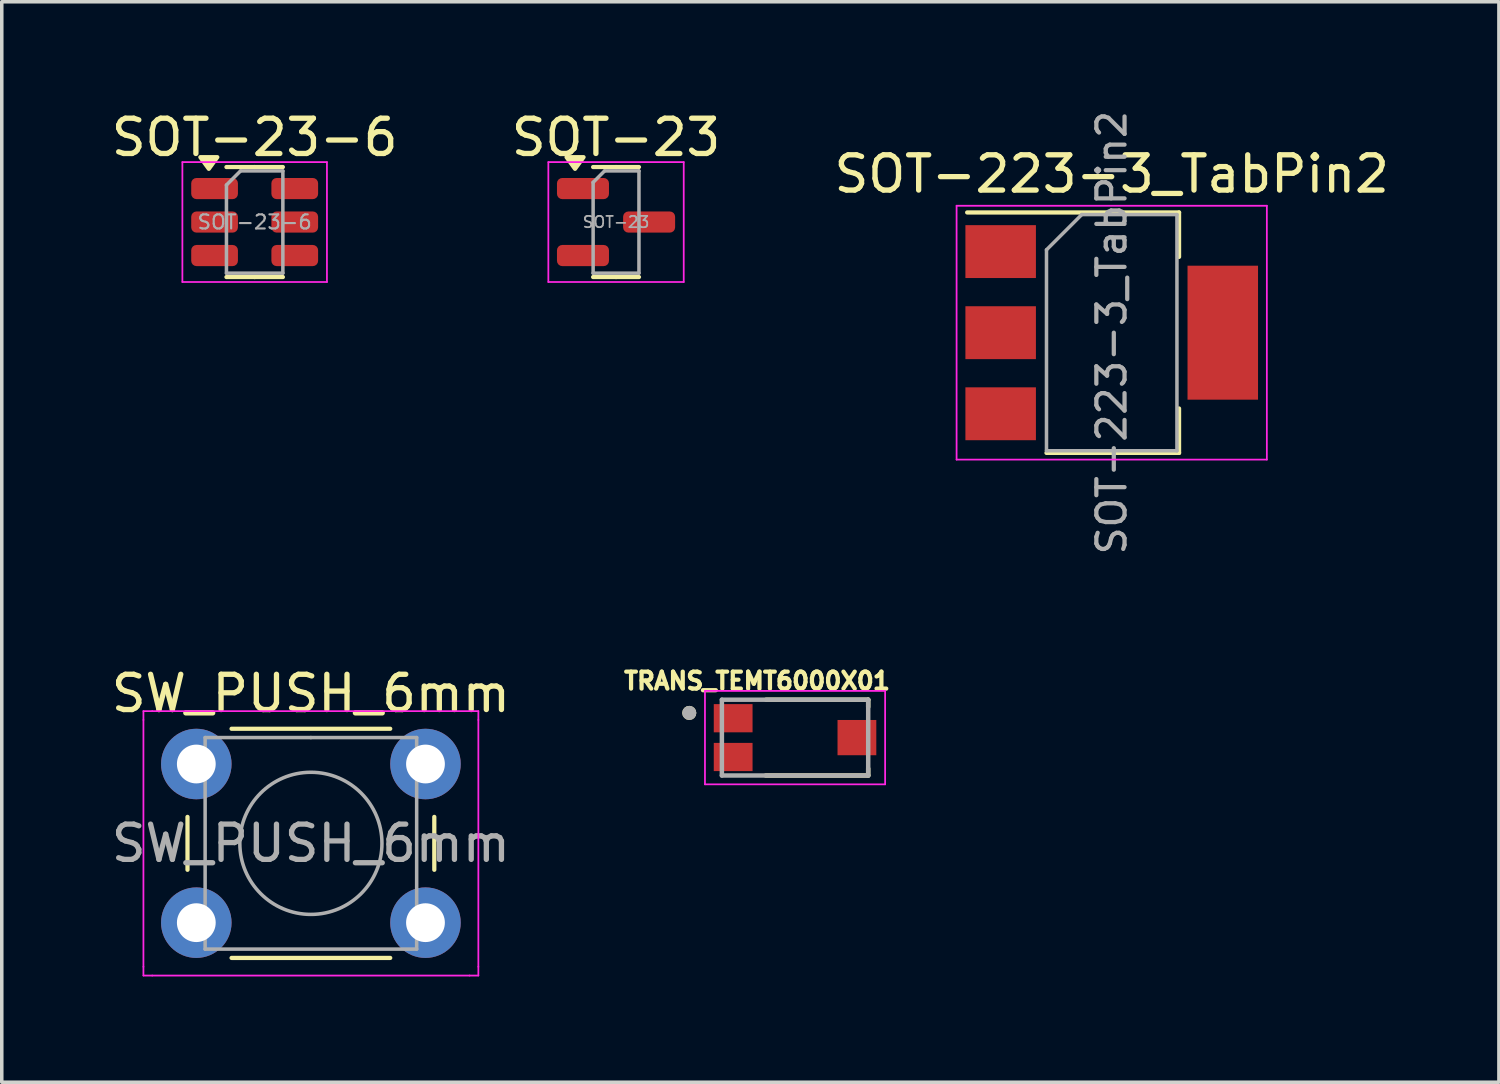
<source format=kicad_pcb>
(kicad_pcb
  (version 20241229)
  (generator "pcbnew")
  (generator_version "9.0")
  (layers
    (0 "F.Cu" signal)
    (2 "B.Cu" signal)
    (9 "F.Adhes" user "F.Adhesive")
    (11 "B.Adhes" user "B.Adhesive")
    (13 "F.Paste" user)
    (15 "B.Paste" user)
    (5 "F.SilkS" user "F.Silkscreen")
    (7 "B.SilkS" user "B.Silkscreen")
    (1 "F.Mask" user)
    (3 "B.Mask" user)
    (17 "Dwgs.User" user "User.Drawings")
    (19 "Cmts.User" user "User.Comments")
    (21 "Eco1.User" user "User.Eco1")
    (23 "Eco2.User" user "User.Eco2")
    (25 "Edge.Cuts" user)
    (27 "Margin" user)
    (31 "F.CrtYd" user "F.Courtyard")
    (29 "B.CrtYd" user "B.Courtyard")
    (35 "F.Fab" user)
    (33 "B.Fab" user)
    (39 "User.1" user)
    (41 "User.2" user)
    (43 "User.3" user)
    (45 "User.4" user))
  (footprint "SOT-23-6"
    (layer "F.Cu")
    (at 4.173 3.248)
    (property "Reference" "SOT-23-6" (at 0 -2.4 0) (layer "F.SilkS") (effects (font (size 1 1) (thickness 0.15))))
    (attr smd)
    (fp_line (start 0 -1.56) (end -0.8 -1.56) (stroke (width 0.12) (type solid)) (layer "F.SilkS"))
    (fp_line (start 0 -1.56) (end 0.8 -1.56) (stroke (width 0.12) (type solid)) (layer "F.SilkS"))
    (fp_line (start 0 1.56) (end -0.8 1.56) (stroke (width 0.12) (type solid)) (layer "F.SilkS"))
    (fp_line (start 0 1.56) (end 0.8 1.56) (stroke (width 0.12) (type solid)) (layer "F.SilkS"))
    (fp_poly (pts (xy -1.3 -1.51) (xy -1.54 -1.84) (xy -1.06 -1.84) (xy -1.3 -1.51)) (stroke (width 0.12) (type solid)) (fill yes) (layer "F.SilkS"))
    (fp_line (start -2.05 -1.7) (end -2.05 1.7) (stroke (width 0.05) (type solid)) (layer "F.CrtYd"))
    (fp_line (start -2.05 1.7) (end 2.05 1.7) (stroke (width 0.05) (type solid)) (layer "F.CrtYd"))
    (fp_line (start 2.05 -1.7) (end -2.05 -1.7) (stroke (width 0.05) (type solid)) (layer "F.CrtYd"))
    (fp_line (start 2.05 1.7) (end 2.05 -1.7) (stroke (width 0.05) (type solid)) (layer "F.CrtYd"))
    (fp_line (start -0.8 -1.05) (end -0.4 -1.45) (stroke (width 0.1) (type solid)) (layer "F.Fab"))
    (fp_line (start -0.8 1.45) (end -0.8 -1.05) (stroke (width 0.1) (type solid)) (layer "F.Fab"))
    (fp_line (start -0.4 -1.45) (end 0.8 -1.45) (stroke (width 0.1) (type solid)) (layer "F.Fab"))
    (fp_line (start 0.8 -1.45) (end 0.8 1.45) (stroke (width 0.1) (type solid)) (layer "F.Fab"))
    (fp_line (start 0.8 1.45) (end -0.8 1.45) (stroke (width 0.1) (type solid)) (layer "F.Fab"))
    (fp_text user "${REFERENCE}" (at 0 0 0) (layer "F.Fab") (effects (font (size 0.4 0.4) (thickness 0.06))))
    (pad "1" smd roundrect (at -1.137 -0.95) (size 1.325 0.6) (layers "F.Cu" "F.Mask" "F.Paste") (roundrect_rratio 0.25))
    (pad "2" smd roundrect (at -1.137 0) (size 1.325 0.6) (layers "F.Cu" "F.Mask" "F.Paste") (roundrect_rratio 0.25))
    (pad "3" smd roundrect (at -1.137 0.95) (size 1.325 0.6) (layers "F.Cu" "F.Mask" "F.Paste") (roundrect_rratio 0.25))
    (pad "4" smd roundrect (at 1.137 0.95) (size 1.325 0.6) (layers "F.Cu" "F.Mask" "F.Paste") (roundrect_rratio 0.25))
    (pad "5" smd roundrect (at 1.137 0) (size 1.325 0.6) (layers "F.Cu" "F.Mask" "F.Paste") (roundrect_rratio 0.25))
    (pad "6" smd roundrect (at 1.137 -0.95) (size 1.325 0.6) (layers "F.Cu" "F.Mask" "F.Paste") (roundrect_rratio 0.25)))
  (footprint "SOT-223-3_TabPin2"
    (layer "F.Cu")
    (at 28.482 6.386)
    (property "Reference" "SOT-223-3_TabPin2" (at 0 -4.5 0) (layer "F.SilkS") (effects (font (size 1 1) (thickness 0.15))))
    (attr smd)
    (fp_line (start -4.1 -3.41) (end 1.91 -3.41) (stroke (width 0.12) (type solid)) (layer "F.SilkS"))
    (fp_line (start -1.85 3.41) (end 1.91 3.41) (stroke (width 0.12) (type solid)) (layer "F.SilkS"))
    (fp_line (start 1.91 -3.41) (end 1.91 -2.15) (stroke (width 0.12) (type solid)) (layer "F.SilkS"))
    (fp_line (start 1.91 3.41) (end 1.91 2.15) (stroke (width 0.12) (type solid)) (layer "F.SilkS"))
    (fp_line (start -4.4 -3.6) (end -4.4 3.6) (stroke (width 0.05) (type solid)) (layer "F.CrtYd"))
    (fp_line (start -4.4 3.6) (end 4.4 3.6) (stroke (width 0.05) (type solid)) (layer "F.CrtYd"))
    (fp_line (start 4.4 -3.6) (end -4.4 -3.6) (stroke (width 0.05) (type solid)) (layer "F.CrtYd"))
    (fp_line (start 4.4 3.6) (end 4.4 -3.6) (stroke (width 0.05) (type solid)) (layer "F.CrtYd"))
    (fp_line (start -1.85 -2.35) (end -1.85 3.35) (stroke (width 0.1) (type solid)) (layer "F.Fab"))
    (fp_line (start -1.85 -2.35) (end -0.85 -3.35) (stroke (width 0.1) (type solid)) (layer "F.Fab"))
    (fp_line (start -1.85 3.35) (end 1.85 3.35) (stroke (width 0.1) (type solid)) (layer "F.Fab"))
    (fp_line (start -0.85 -3.35) (end 1.85 -3.35) (stroke (width 0.1) (type solid)) (layer "F.Fab"))
    (fp_line (start 1.85 -3.35) (end 1.85 3.35) (stroke (width 0.1) (type solid)) (layer "F.Fab"))
    (fp_text user "${REFERENCE}" (at 0 0 90) (layer "F.Fab") (effects (font (size 0.8 0.8) (thickness 0.12))))
    (pad "1" smd rect (at -3.15 -2.3) (size 2 1.5) (layers "F.Cu" "F.Mask" "F.Paste"))
    (pad "2" smd rect (at -3.15 0) (size 2 1.5) (layers "F.Cu" "F.Mask" "F.Paste"))
    (pad "2" smd rect (at 3.15 0) (size 2 3.8) (layers "F.Cu" "F.Mask" "F.Paste"))
    (pad "3" smd rect (at -3.15 2.3) (size 2 1.5) (layers "F.Cu" "F.Mask" "F.Paste")))
  (footprint "SOT-23"
    (layer "F.Cu")
    (at 14.423 3.248)
    (property "Reference" "SOT-23" (at 0 -2.4 0) (layer "F.SilkS") (effects (font (size 1 1) (thickness 0.15))))
    (attr smd)
    (fp_line (start 0 -1.56) (end -0.65 -1.56) (stroke (width 0.12) (type solid)) (layer "F.SilkS"))
    (fp_line (start 0 -1.56) (end 0.65 -1.56) (stroke (width 0.12) (type solid)) (layer "F.SilkS"))
    (fp_line (start 0 1.56) (end -0.65 1.56) (stroke (width 0.12) (type solid)) (layer "F.SilkS"))
    (fp_line (start 0 1.56) (end 0.65 1.56) (stroke (width 0.12) (type solid)) (layer "F.SilkS"))
    (fp_poly (pts (xy -1.163 -1.51) (xy -1.403 -1.84) (xy -0.922 -1.84) (xy -1.163 -1.51)) (stroke (width 0.12) (type solid)) (fill yes) (layer "F.SilkS"))
    (fp_line (start -1.92 -1.7) (end -1.92 1.7) (stroke (width 0.05) (type solid)) (layer "F.CrtYd"))
    (fp_line (start -1.92 1.7) (end 1.92 1.7) (stroke (width 0.05) (type solid)) (layer "F.CrtYd"))
    (fp_line (start 1.92 -1.7) (end -1.92 -1.7) (stroke (width 0.05) (type solid)) (layer "F.CrtYd"))
    (fp_line (start 1.92 1.7) (end 1.92 -1.7) (stroke (width 0.05) (type solid)) (layer "F.CrtYd"))
    (fp_line (start -0.65 -1.125) (end -0.325 -1.45) (stroke (width 0.1) (type solid)) (layer "F.Fab"))
    (fp_line (start -0.65 1.45) (end -0.65 -1.125) (stroke (width 0.1) (type solid)) (layer "F.Fab"))
    (fp_line (start -0.325 -1.45) (end 0.65 -1.45) (stroke (width 0.1) (type solid)) (layer "F.Fab"))
    (fp_line (start 0.65 -1.45) (end 0.65 1.45) (stroke (width 0.1) (type solid)) (layer "F.Fab"))
    (fp_line (start 0.65 1.45) (end -0.65 1.45) (stroke (width 0.1) (type solid)) (layer "F.Fab"))
    (fp_text user "${REFERENCE}" (at 0 0 0) (layer "F.Fab") (effects (font (size 0.32 0.32) (thickness 0.05))))
    (pad "1" smd roundrect (at -0.938 -0.95) (size 1.475 0.6) (layers "F.Cu" "F.Mask" "F.Paste") (roundrect_rratio 0.25))
    (pad "2" smd roundrect (at -0.938 0.95) (size 1.475 0.6) (layers "F.Cu" "F.Mask" "F.Paste") (roundrect_rratio 0.25))
    (pad "3" smd roundrect (at 0.938 0) (size 1.475 0.6) (layers "F.Cu" "F.Mask" "F.Paste") (roundrect_rratio 0.25)))
  (footprint "SW_PUSH_6mm"
    (layer "F.Cu")
    (at 2.518 18.62)
    (property "Reference" "SW_PUSH_6mm" (at 3.25 -2 0) (layer "F.SilkS") (effects (font (size 1 1) (thickness 0.15))))
    (attr through_hole)
    (fp_line (start -0.25 1.5) (end -0.25 3) (stroke (width 0.12) (type solid)) (layer "F.SilkS"))
    (fp_line (start 1 5.5) (end 5.5 5.5) (stroke (width 0.12) (type solid)) (layer "F.SilkS"))
    (fp_line (start 5.5 -1) (end 1 -1) (stroke (width 0.12) (type solid)) (layer "F.SilkS"))
    (fp_line (start 6.75 3) (end 6.75 1.5) (stroke (width 0.12) (type solid)) (layer "F.SilkS"))
    (fp_line (start -1.5 -1.5) (end -1.25 -1.5) (stroke (width 0.05) (type solid)) (layer "F.CrtYd"))
    (fp_line (start -1.5 -1.25) (end -1.5 -1.5) (stroke (width 0.05) (type solid)) (layer "F.CrtYd"))
    (fp_line (start -1.5 5.75) (end -1.5 -1.25) (stroke (width 0.05) (type solid)) (layer "F.CrtYd"))
    (fp_line (start -1.5 5.75) (end -1.5 6) (stroke (width 0.05) (type solid)) (layer "F.CrtYd"))
    (fp_line (start -1.5 6) (end -1.25 6) (stroke (width 0.05) (type solid)) (layer "F.CrtYd"))
    (fp_line (start -1.25 -1.5) (end 7.75 -1.5) (stroke (width 0.05) (type solid)) (layer "F.CrtYd"))
    (fp_line (start 7.75 -1.5) (end 8 -1.5) (stroke (width 0.05) (type solid)) (layer "F.CrtYd"))
    (fp_line (start 7.75 6) (end -1.25 6) (stroke (width 0.05) (type solid)) (layer "F.CrtYd"))
    (fp_line (start 7.75 6) (end 8 6) (stroke (width 0.05) (type solid)) (layer "F.CrtYd"))
    (fp_line (start 8 -1.5) (end 8 -1.25) (stroke (width 0.05) (type solid)) (layer "F.CrtYd"))
    (fp_line (start 8 -1.25) (end 8 5.75) (stroke (width 0.05) (type solid)) (layer "F.CrtYd"))
    (fp_line (start 8 6) (end 8 5.75) (stroke (width 0.05) (type solid)) (layer "F.CrtYd"))
    (fp_line (start 0.25 -0.75) (end 3.25 -0.75) (stroke (width 0.1) (type solid)) (layer "F.Fab"))
    (fp_line (start 0.25 5.25) (end 0.25 -0.75) (stroke (width 0.1) (type solid)) (layer "F.Fab"))
    (fp_line (start 3.25 -0.75) (end 6.25 -0.75) (stroke (width 0.1) (type solid)) (layer "F.Fab"))
    (fp_line (start 6.25 -0.75) (end 6.25 5.25) (stroke (width 0.1) (type solid)) (layer "F.Fab"))
    (fp_line (start 6.25 5.25) (end 0.25 5.25) (stroke (width 0.1) (type solid)) (layer "F.Fab"))
    (fp_circle (center 3.25 2.25) (end 1.25 2.5) (stroke (width 0.1) (type solid)) (fill no) (layer "F.Fab"))
    (fp_text user "${REFERENCE}" (at 3.25 2.25 0) (layer "F.Fab") (effects (font (size 1 1) (thickness 0.15))))
    (pad "1" thru_hole circle (at 0 0 90) (size 2 2) (drill 1.1) (layers "*.Cu" "*.Mask"))
    (pad "1" thru_hole circle (at 6.5 0 90) (size 2 2) (drill 1.1) (layers "*.Cu" "*.Mask"))
    (pad "2" thru_hole circle (at 0 4.5 90) (size 2 2) (drill 1.1) (layers "*.Cu" "*.Mask"))
    (pad "2" thru_hole circle (at 6.5 4.5 90) (size 2 2) (drill 1.1) (layers "*.Cu" "*.Mask")))
  (footprint "TRANS_TEMT6000X01"
    (layer "F.Cu")
    (at 19.5 17.871)
    (property "Reference" "TRANS_TEMT6000X01" (at -1.078 -1.607 0) (layer "F.SilkS") (effects (font (size 0.481 0.481) (thickness 0.15))))
    (attr smd)
    (fp_line (start -0.82 -1.075) (end 2.075 -1.075) (stroke (width 0.127) (type solid)) (layer "F.SilkS"))
    (fp_line (start 2.075 -1.075) (end 2.075 -0.87) (stroke (width 0.127) (type solid)) (layer "F.SilkS"))
    (fp_line (start 2.075 0.88) (end 2.075 1.075) (stroke (width 0.127) (type solid)) (layer "F.SilkS"))
    (fp_line (start 2.075 1.075) (end -0.83 1.075) (stroke (width 0.127) (type solid)) (layer "F.SilkS"))
    (fp_circle (center -3 -0.7) (end -2.9 -0.7) (stroke (width 0.2) (type solid)) (fill no) (layer "F.SilkS"))
    (fp_line (start -2.555 -1.325) (end 2.555 -1.325) (stroke (width 0.05) (type solid)) (layer "F.CrtYd"))
    (fp_line (start -2.555 1.325) (end -2.555 -1.325) (stroke (width 0.05) (type solid)) (layer "F.CrtYd"))
    (fp_line (start 2.555 -1.325) (end 2.555 1.325) (stroke (width 0.05) (type solid)) (layer "F.CrtYd"))
    (fp_line (start 2.555 1.325) (end -2.555 1.325) (stroke (width 0.05) (type solid)) (layer "F.CrtYd"))
    (fp_line (start -2.075 -1.075) (end 2.075 -1.075) (stroke (width 0.127) (type solid)) (layer "F.Fab"))
    (fp_line (start -2.075 1.075) (end -2.075 -1.075) (stroke (width 0.127) (type solid)) (layer "F.Fab"))
    (fp_line (start 2.075 -1.075) (end 2.075 1.075) (stroke (width 0.127) (type solid)) (layer "F.Fab"))
    (fp_line (start 2.075 1.075) (end -2.075 1.075) (stroke (width 0.127) (type solid)) (layer "F.Fab"))
    (fp_circle (center -3 -0.7) (end -2.9 -0.7) (stroke (width 0.2) (type solid)) (fill no) (layer "F.Fab"))
    (pad "1" smd rect (at -1.755 -0.55) (size 1.1 0.8) (layers "F.Cu" "F.Mask" "F.Paste"))
    (pad "2" smd rect (at -1.755 0.55) (size 1.1 0.8) (layers "F.Cu" "F.Mask" "F.Paste"))
    (pad "3" smd rect (at 1.755 0) (size 1.1 1) (layers "F.Cu" "F.Mask" "F.Paste")))
  (gr_rect
    (start -3 -3)
    (end 39.464 27.645)
    (stroke (width 0.1) (type default))
    (fill no)
    (layer "Edge.Cuts")))
</source>
